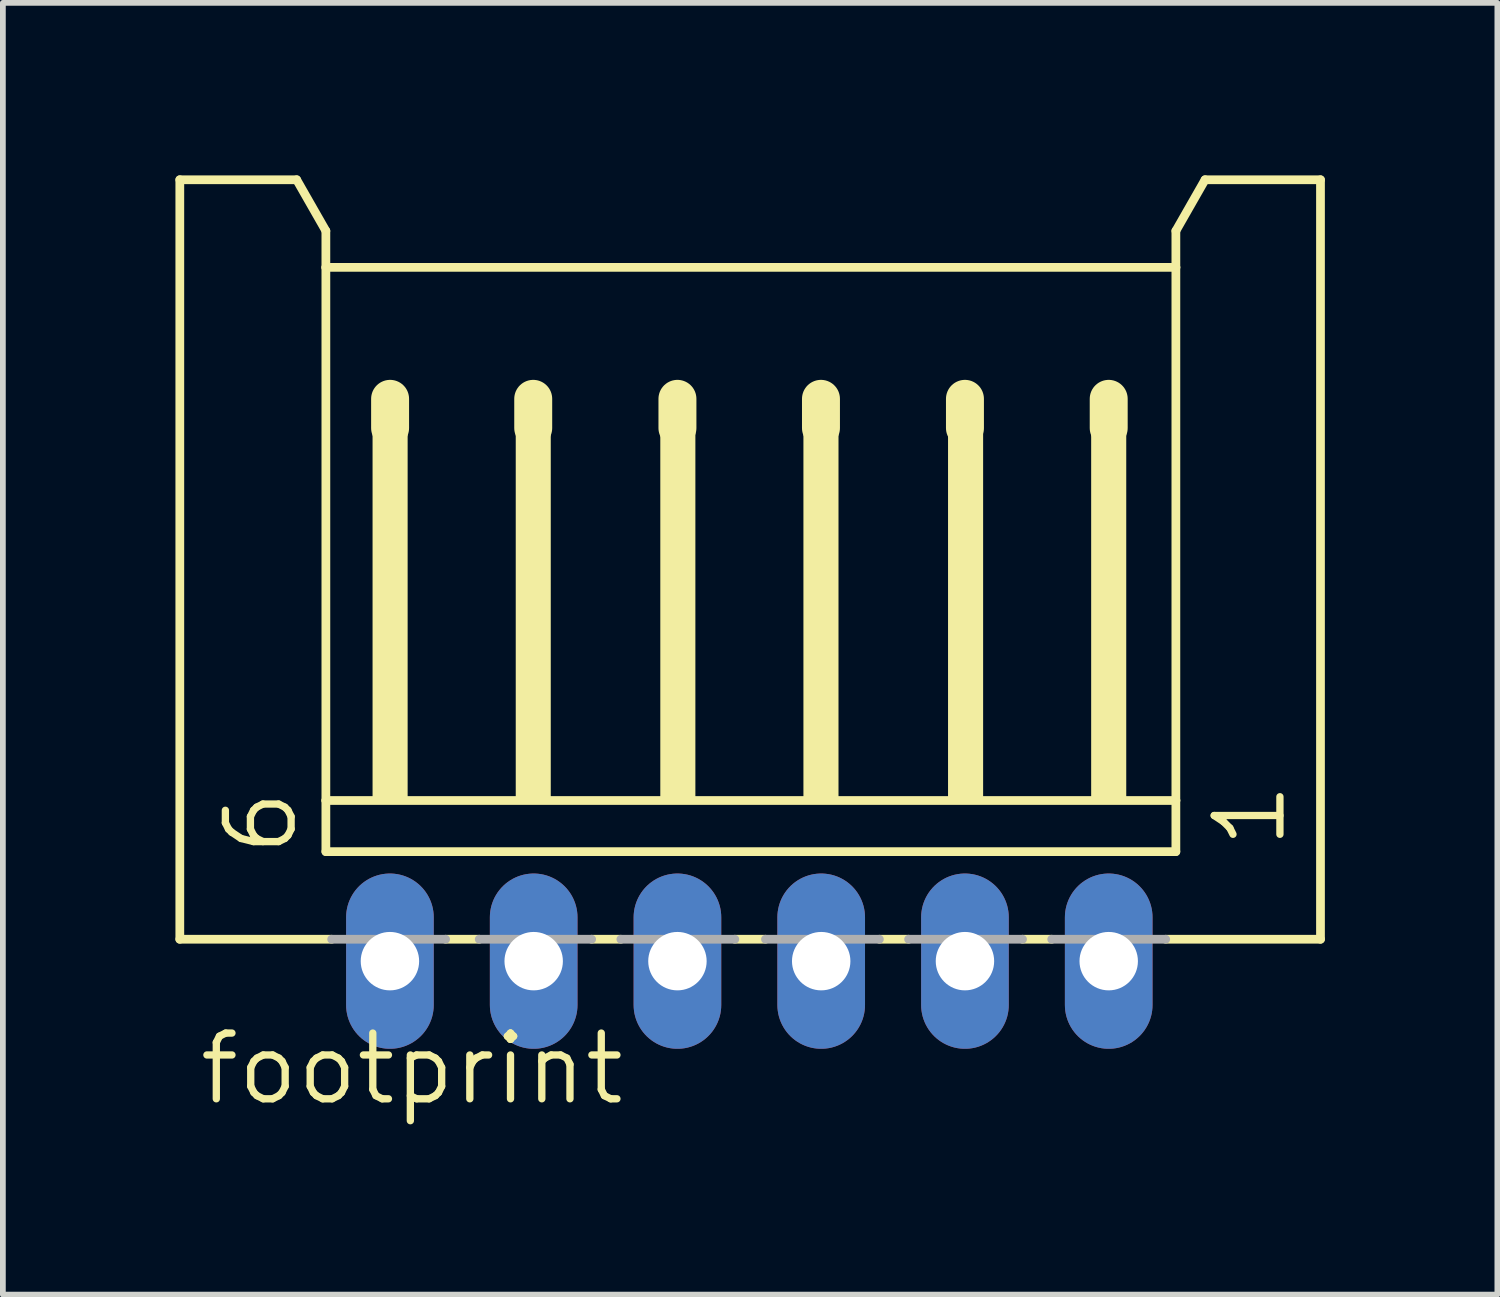
<source format=kicad_pcb>
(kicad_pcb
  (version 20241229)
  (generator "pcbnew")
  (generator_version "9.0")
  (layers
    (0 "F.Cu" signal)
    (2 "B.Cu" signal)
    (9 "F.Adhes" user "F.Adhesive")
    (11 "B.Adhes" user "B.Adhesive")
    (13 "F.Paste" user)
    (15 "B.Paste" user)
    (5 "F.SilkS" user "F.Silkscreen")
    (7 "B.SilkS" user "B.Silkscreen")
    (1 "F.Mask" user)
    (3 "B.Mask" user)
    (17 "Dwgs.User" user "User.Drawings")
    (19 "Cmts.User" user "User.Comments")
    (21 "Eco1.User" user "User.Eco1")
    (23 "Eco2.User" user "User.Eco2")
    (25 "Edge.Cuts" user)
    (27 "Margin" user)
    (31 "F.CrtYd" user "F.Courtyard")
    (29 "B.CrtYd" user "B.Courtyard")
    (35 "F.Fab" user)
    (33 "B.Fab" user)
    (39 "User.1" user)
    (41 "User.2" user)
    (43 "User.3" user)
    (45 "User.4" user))
  (footprint "footprint"
    (layer "F.Cu")
    (at 9.981 7.415)
    (property "Reference" "footprint" (at -9.625 8.79 0) (layer "F.SilkS") (effects (font (size 1.143 1.143) (thickness 0.127)) (justify left bottom)))
    (fp_line (start -9.904 -7.339) (end -7.872 -7.339) (stroke (width 0.152) (type solid)) (layer "F.SilkS"))
    (fp_line (start -9.904 5.869) (end -9.904 -7.339) (stroke (width 0.152) (type solid)) (layer "F.SilkS"))
    (fp_line (start -7.872 -7.339) (end -7.364 -6.45) (stroke (width 0.152) (type solid)) (layer "F.SilkS"))
    (fp_line (start -7.364 3.456) (end -7.364 4.345) (stroke (width 0.152) (type solid)) (layer "F.SilkS"))
    (fp_line (start -7.364 -6.45) (end -7.364 -5.815) (stroke (width 0.152) (type solid)) (layer "F.SilkS"))
    (fp_line (start -7.364 -5.815) (end -7.364 3.456) (stroke (width 0.152) (type solid)) (layer "F.SilkS"))
    (fp_line (start -7.263 5.869) (end -9.904 5.869) (stroke (width 0.152) (type solid)) (layer "F.SilkS"))
    (fp_line (start -6.247 -3.529) (end -6.247 -3.021) (stroke (width 0.66) (type solid)) (layer "F.SilkS"))
    (fp_line (start -4.697 5.869) (end -5.282 5.869) (stroke (width 0.152) (type solid)) (layer "F.SilkS"))
    (fp_line (start -3.758 -3.529) (end -3.758 -3.021) (stroke (width 0.66) (type solid)) (layer "F.SilkS"))
    (fp_line (start -2.234 5.869) (end -2.742 5.869) (stroke (width 0.152) (type solid)) (layer "F.SilkS"))
    (fp_line (start -1.25 -3.529) (end -1.25 -3.021) (stroke (width 0.66) (type solid)) (layer "F.SilkS"))
    (fp_line (start 0.281 5.869) (end -0.252 5.869) (stroke (width 0.152) (type solid)) (layer "F.SilkS"))
    (fp_line (start 1.246 -3.529) (end 1.246 -3.021) (stroke (width 0.66) (type solid)) (layer "F.SilkS"))
    (fp_line (start 2.77 5.869) (end 2.262 5.869) (stroke (width 0.152) (type solid)) (layer "F.SilkS"))
    (fp_line (start 3.75 -3.529) (end 3.75 -3.021) (stroke (width 0.66) (type solid)) (layer "F.SilkS"))
    (fp_line (start 5.259 5.869) (end 4.751 5.869) (stroke (width 0.152) (type solid)) (layer "F.SilkS"))
    (fp_line (start 6.25 -3.529) (end 6.25 -3.021) (stroke (width 0.66) (type solid)) (layer "F.SilkS"))
    (fp_line (start 7.418 -6.45) (end 7.418 -5.815) (stroke (width 0.152) (type solid)) (layer "F.SilkS"))
    (fp_line (start 7.418 -6.45) (end 7.926 -7.339) (stroke (width 0.152) (type solid)) (layer "F.SilkS"))
    (fp_line (start 7.418 -5.815) (end -7.364 -5.815) (stroke (width 0.152) (type solid)) (layer "F.SilkS"))
    (fp_line (start 7.418 -5.815) (end 7.418 3.456) (stroke (width 0.152) (type solid)) (layer "F.SilkS"))
    (fp_line (start 7.418 3.456) (end -7.364 3.456) (stroke (width 0.152) (type solid)) (layer "F.SilkS"))
    (fp_line (start 7.418 3.456) (end 7.418 4.345) (stroke (width 0.152) (type solid)) (layer "F.SilkS"))
    (fp_line (start 7.418 4.345) (end -7.364 4.345) (stroke (width 0.152) (type solid)) (layer "F.SilkS"))
    (fp_line (start 9.933 -7.339) (end 7.926 -7.339) (stroke (width 0.152) (type solid)) (layer "F.SilkS"))
    (fp_line (start 9.933 5.869) (end 7.241 5.869) (stroke (width 0.152) (type solid)) (layer "F.SilkS"))
    (fp_line (start 9.933 5.869) (end 9.933 -7.339) (stroke (width 0.152) (type solid)) (layer "F.SilkS"))
    (fp_poly (pts (xy -6.552 3.456) (xy -5.942 3.456) (xy -5.942 -3.148) (xy -6.552 -3.148)) (stroke (width 0) (type solid)) (fill yes) (layer "F.SilkS"))
    (fp_poly (pts (xy -4.062 3.456) (xy -3.453 3.456) (xy -3.453 -3.148) (xy -4.062 -3.148)) (stroke (width 0) (type solid)) (fill yes) (layer "F.SilkS"))
    (fp_poly (pts (xy -1.548 3.456) (xy -0.938 3.456) (xy -0.938 -3.148) (xy -1.548 -3.148)) (stroke (width 0) (type solid)) (fill yes) (layer "F.SilkS"))
    (fp_poly (pts (xy 0.941 3.456) (xy 1.551 3.456) (xy 1.551 -3.148) (xy 0.941 -3.148)) (stroke (width 0) (type solid)) (fill yes) (layer "F.SilkS"))
    (fp_poly (pts (xy 3.456 3.456) (xy 4.066 3.456) (xy 4.066 -3.148) (xy 3.456 -3.148)) (stroke (width 0) (type solid)) (fill yes) (layer "F.SilkS"))
    (fp_poly (pts (xy 5.945 3.456) (xy 6.555 3.456) (xy 6.555 -3.148) (xy 5.945 -3.148)) (stroke (width 0) (type solid)) (fill yes) (layer "F.SilkS"))
    (fp_line (start -7.263 5.869) (end -5.282 5.869) (stroke (width 0.152) (type solid)) (layer "F.Fab"))
    (fp_line (start -4.697 5.869) (end -2.742 5.869) (stroke (width 0.152) (type solid)) (layer "F.Fab"))
    (fp_line (start -2.234 5.869) (end -0.252 5.869) (stroke (width 0.152) (type solid)) (layer "F.Fab"))
    (fp_line (start 0.281 5.869) (end 2.262 5.869) (stroke (width 0.152) (type solid)) (layer "F.Fab"))
    (fp_line (start 2.77 5.869) (end 4.751 5.869) (stroke (width 0.152) (type solid)) (layer "F.Fab"))
    (fp_line (start 5.259 5.869) (end 7.241 5.869) (stroke (width 0.152) (type solid)) (layer "F.Fab"))
    (fp_poly (pts (xy -6.552 6.504) (xy -5.942 6.504) (xy -5.942 5.869) (xy -6.552 5.869)) (stroke (width 0.1) (type solid)) (fill no) (layer "F.Fab"))
    (fp_poly (pts (xy -4.062 6.504) (xy -3.453 6.504) (xy -3.453 5.869) (xy -4.062 5.869)) (stroke (width 0.1) (type solid)) (fill no) (layer "F.Fab"))
    (fp_poly (pts (xy -1.548 6.504) (xy -0.938 6.504) (xy -0.938 5.869) (xy -1.548 5.869)) (stroke (width 0.1) (type solid)) (fill no) (layer "F.Fab"))
    (fp_poly (pts (xy 0.941 6.504) (xy 1.551 6.504) (xy 1.551 5.869) (xy 0.941 5.869)) (stroke (width 0.1) (type solid)) (fill no) (layer "F.Fab"))
    (fp_poly (pts (xy 3.456 6.504) (xy 4.066 6.504) (xy 4.066 5.869) (xy 3.456 5.869)) (stroke (width 0.1) (type solid)) (fill no) (layer "F.Fab"))
    (fp_poly (pts (xy 5.945 6.504) (xy 6.555 6.504) (xy 6.555 5.869) (xy 5.945 5.869)) (stroke (width 0.1) (type solid)) (fill no) (layer "F.Fab"))
    (fp_text user "1" (at 9.374 4.345 90) (layer "F.SilkS") (effects (font (size 1.143 1.143) (thickness 0.127)) (justify left bottom)))
    (fp_text user "6" (at -7.822 4.472 90) (layer "F.SilkS") (effects (font (size 1.143 1.143) (thickness 0.127)) (justify left bottom)))
    (pad "1" thru_hole oval (at 6.25 6.25 90) (size 3.048 1.524) (drill 1.016) (layers "*.Cu" "*.Mask"))
    (pad "2" thru_hole oval (at 3.75 6.25 90) (size 3.048 1.524) (drill 1.016) (layers "*.Cu" "*.Mask"))
    (pad "3" thru_hole oval (at 1.25 6.25 90) (size 3.048 1.524) (drill 1.016) (layers "*.Cu" "*.Mask"))
    (pad "4" thru_hole oval (at -1.25 6.25 90) (size 3.048 1.524) (drill 1.016) (layers "*.Cu" "*.Mask"))
    (pad "5" thru_hole oval (at -3.75 6.25 90) (size 3.048 1.524) (drill 1.016) (layers "*.Cu" "*.Mask"))
    (pad "6" thru_hole oval (at -6.25 6.25 90) (size 3.048 1.524) (drill 1.016) (layers "*.Cu" "*.Mask")))
  (gr_rect
    (start -3 -3)
    (end 22.99 19.464)
    (stroke (width 0.1) (type default))
    (fill no)
    (layer "Edge.Cuts")))
</source>
